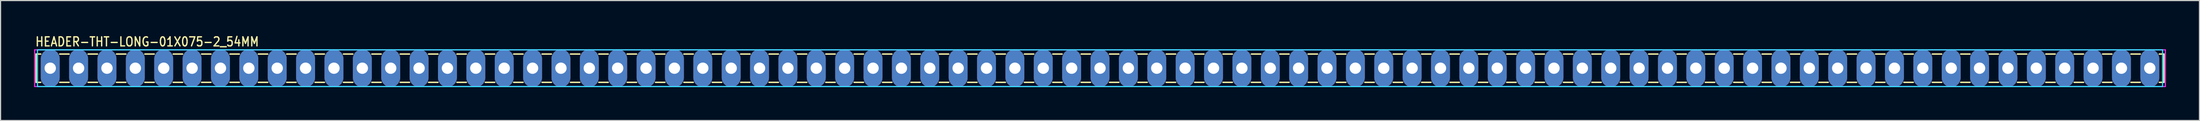
<source format=kicad_pcb>
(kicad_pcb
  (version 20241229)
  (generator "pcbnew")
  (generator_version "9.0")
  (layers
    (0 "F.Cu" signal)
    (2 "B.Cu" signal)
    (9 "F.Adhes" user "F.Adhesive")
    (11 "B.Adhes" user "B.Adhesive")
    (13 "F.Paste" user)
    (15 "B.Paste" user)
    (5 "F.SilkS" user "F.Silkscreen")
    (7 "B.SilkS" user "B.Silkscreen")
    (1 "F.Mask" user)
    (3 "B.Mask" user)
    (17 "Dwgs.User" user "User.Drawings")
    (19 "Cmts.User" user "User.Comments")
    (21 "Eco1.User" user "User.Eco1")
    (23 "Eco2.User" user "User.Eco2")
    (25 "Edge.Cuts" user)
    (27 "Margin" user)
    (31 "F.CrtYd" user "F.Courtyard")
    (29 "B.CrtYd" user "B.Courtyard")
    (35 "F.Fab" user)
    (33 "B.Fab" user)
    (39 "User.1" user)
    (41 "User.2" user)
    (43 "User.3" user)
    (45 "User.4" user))
  (footprint "HEADER-THT-LONG-01X075-2_54MM"
    (layer "F.Cu")
    (at 1.447 3.079)
    (property "Reference" "HEADER-THT-LONG-01X075-2_54MM" (at -1.4 -1.9 0) (unlocked yes) (layer "F.SilkS") (effects (font (size 0.813 0.695) (thickness 0.122)) (justify left bottom)))
    (fp_line (start -1.27 -1.27) (end -1.27 1.27) (stroke (width 0.127) (type solid)) (layer "F.SilkS"))
    (fp_line (start -1.27 1.27) (end -0.85 1.27) (stroke (width 0.127) (type solid)) (layer "F.SilkS"))
    (fp_line (start -0.85 -1.27) (end -1.27 -1.27) (stroke (width 0.127) (type solid)) (layer "F.SilkS"))
    (fp_line (start 0.85 -1.27) (end 1.69 -1.27) (stroke (width 0.127) (type solid)) (layer "F.SilkS"))
    (fp_line (start 0.85 1.27) (end 1.69 1.27) (stroke (width 0.127) (type solid)) (layer "F.SilkS"))
    (fp_line (start 3.39 -1.27) (end 4.23 -1.27) (stroke (width 0.127) (type solid)) (layer "F.SilkS"))
    (fp_line (start 3.39 1.27) (end 4.23 1.27) (stroke (width 0.127) (type solid)) (layer "F.SilkS"))
    (fp_line (start 5.93 -1.27) (end 6.77 -1.27) (stroke (width 0.127) (type solid)) (layer "F.SilkS"))
    (fp_line (start 5.93 1.27) (end 6.77 1.27) (stroke (width 0.127) (type solid)) (layer "F.SilkS"))
    (fp_line (start 8.47 -1.27) (end 9.31 -1.27) (stroke (width 0.127) (type solid)) (layer "F.SilkS"))
    (fp_line (start 8.47 1.27) (end 9.31 1.27) (stroke (width 0.127) (type solid)) (layer "F.SilkS"))
    (fp_line (start 11.01 -1.27) (end 11.85 -1.27) (stroke (width 0.127) (type solid)) (layer "F.SilkS"))
    (fp_line (start 11.01 1.27) (end 11.85 1.27) (stroke (width 0.127) (type solid)) (layer "F.SilkS"))
    (fp_line (start 13.55 -1.27) (end 14.39 -1.27) (stroke (width 0.127) (type solid)) (layer "F.SilkS"))
    (fp_line (start 13.55 1.27) (end 14.39 1.27) (stroke (width 0.127) (type solid)) (layer "F.SilkS"))
    (fp_line (start 16.09 -1.27) (end 16.93 -1.27) (stroke (width 0.127) (type solid)) (layer "F.SilkS"))
    (fp_line (start 16.09 1.27) (end 16.93 1.27) (stroke (width 0.127) (type solid)) (layer "F.SilkS"))
    (fp_line (start 18.63 -1.27) (end 19.47 -1.27) (stroke (width 0.127) (type solid)) (layer "F.SilkS"))
    (fp_line (start 18.63 1.27) (end 19.47 1.27) (stroke (width 0.127) (type solid)) (layer "F.SilkS"))
    (fp_line (start 21.17 -1.27) (end 22.01 -1.27) (stroke (width 0.127) (type solid)) (layer "F.SilkS"))
    (fp_line (start 21.17 1.27) (end 22.01 1.27) (stroke (width 0.127) (type solid)) (layer "F.SilkS"))
    (fp_line (start 23.71 -1.27) (end 24.55 -1.27) (stroke (width 0.127) (type solid)) (layer "F.SilkS"))
    (fp_line (start 23.71 1.27) (end 24.55 1.27) (stroke (width 0.127) (type solid)) (layer "F.SilkS"))
    (fp_line (start 26.25 -1.27) (end 27.09 -1.27) (stroke (width 0.127) (type solid)) (layer "F.SilkS"))
    (fp_line (start 26.25 1.27) (end 27.09 1.27) (stroke (width 0.127) (type solid)) (layer "F.SilkS"))
    (fp_line (start 28.79 -1.27) (end 29.63 -1.27) (stroke (width 0.127) (type solid)) (layer "F.SilkS"))
    (fp_line (start 28.79 1.27) (end 29.63 1.27) (stroke (width 0.127) (type solid)) (layer "F.SilkS"))
    (fp_line (start 31.33 -1.27) (end 32.17 -1.27) (stroke (width 0.127) (type solid)) (layer "F.SilkS"))
    (fp_line (start 31.33 1.27) (end 32.17 1.27) (stroke (width 0.127) (type solid)) (layer "F.SilkS"))
    (fp_line (start 33.87 -1.27) (end 34.71 -1.27) (stroke (width 0.127) (type solid)) (layer "F.SilkS"))
    (fp_line (start 33.87 1.27) (end 34.71 1.27) (stroke (width 0.127) (type solid)) (layer "F.SilkS"))
    (fp_line (start 36.41 -1.27) (end 37.25 -1.27) (stroke (width 0.127) (type solid)) (layer "F.SilkS"))
    (fp_line (start 36.41 1.27) (end 37.25 1.27) (stroke (width 0.127) (type solid)) (layer "F.SilkS"))
    (fp_line (start 38.95 -1.27) (end 39.79 -1.27) (stroke (width 0.127) (type solid)) (layer "F.SilkS"))
    (fp_line (start 38.95 1.27) (end 39.79 1.27) (stroke (width 0.127) (type solid)) (layer "F.SilkS"))
    (fp_line (start 41.49 -1.27) (end 42.33 -1.27) (stroke (width 0.127) (type solid)) (layer "F.SilkS"))
    (fp_line (start 41.49 1.27) (end 42.33 1.27) (stroke (width 0.127) (type solid)) (layer "F.SilkS"))
    (fp_line (start 44.03 -1.27) (end 44.87 -1.27) (stroke (width 0.127) (type solid)) (layer "F.SilkS"))
    (fp_line (start 44.03 1.27) (end 44.87 1.27) (stroke (width 0.127) (type solid)) (layer "F.SilkS"))
    (fp_line (start 46.57 -1.27) (end 47.41 -1.27) (stroke (width 0.127) (type solid)) (layer "F.SilkS"))
    (fp_line (start 46.57 1.27) (end 47.41 1.27) (stroke (width 0.127) (type solid)) (layer "F.SilkS"))
    (fp_line (start 49.11 -1.27) (end 49.95 -1.27) (stroke (width 0.127) (type solid)) (layer "F.SilkS"))
    (fp_line (start 49.11 1.27) (end 49.95 1.27) (stroke (width 0.127) (type solid)) (layer "F.SilkS"))
    (fp_line (start 51.65 -1.27) (end 52.49 -1.27) (stroke (width 0.127) (type solid)) (layer "F.SilkS"))
    (fp_line (start 51.65 1.27) (end 52.49 1.27) (stroke (width 0.127) (type solid)) (layer "F.SilkS"))
    (fp_line (start 54.19 -1.27) (end 55.03 -1.27) (stroke (width 0.127) (type solid)) (layer "F.SilkS"))
    (fp_line (start 54.19 1.27) (end 55.03 1.27) (stroke (width 0.127) (type solid)) (layer "F.SilkS"))
    (fp_line (start 56.73 -1.27) (end 57.57 -1.27) (stroke (width 0.127) (type solid)) (layer "F.SilkS"))
    (fp_line (start 56.73 1.27) (end 57.57 1.27) (stroke (width 0.127) (type solid)) (layer "F.SilkS"))
    (fp_line (start 59.27 -1.27) (end 60.11 -1.27) (stroke (width 0.127) (type solid)) (layer "F.SilkS"))
    (fp_line (start 59.27 1.27) (end 60.11 1.27) (stroke (width 0.127) (type solid)) (layer "F.SilkS"))
    (fp_line (start 61.81 -1.27) (end 62.65 -1.27) (stroke (width 0.127) (type solid)) (layer "F.SilkS"))
    (fp_line (start 61.81 1.27) (end 62.65 1.27) (stroke (width 0.127) (type solid)) (layer "F.SilkS"))
    (fp_line (start 64.35 -1.27) (end 65.19 -1.27) (stroke (width 0.127) (type solid)) (layer "F.SilkS"))
    (fp_line (start 64.35 1.27) (end 65.19 1.27) (stroke (width 0.127) (type solid)) (layer "F.SilkS"))
    (fp_line (start 66.89 -1.27) (end 67.73 -1.27) (stroke (width 0.127) (type solid)) (layer "F.SilkS"))
    (fp_line (start 66.89 1.27) (end 67.73 1.27) (stroke (width 0.127) (type solid)) (layer "F.SilkS"))
    (fp_line (start 69.43 -1.27) (end 70.27 -1.27) (stroke (width 0.127) (type solid)) (layer "F.SilkS"))
    (fp_line (start 69.43 1.27) (end 70.27 1.27) (stroke (width 0.127) (type solid)) (layer "F.SilkS"))
    (fp_line (start 71.97 -1.27) (end 72.81 -1.27) (stroke (width 0.127) (type solid)) (layer "F.SilkS"))
    (fp_line (start 71.97 1.27) (end 72.81 1.27) (stroke (width 0.127) (type solid)) (layer "F.SilkS"))
    (fp_line (start 74.51 -1.27) (end 75.35 -1.27) (stroke (width 0.127) (type solid)) (layer "F.SilkS"))
    (fp_line (start 74.51 1.27) (end 75.35 1.27) (stroke (width 0.127) (type solid)) (layer "F.SilkS"))
    (fp_line (start 77.05 -1.27) (end 77.89 -1.27) (stroke (width 0.127) (type solid)) (layer "F.SilkS"))
    (fp_line (start 77.05 1.27) (end 77.89 1.27) (stroke (width 0.127) (type solid)) (layer "F.SilkS"))
    (fp_line (start 79.59 -1.27) (end 80.43 -1.27) (stroke (width 0.127) (type solid)) (layer "F.SilkS"))
    (fp_line (start 79.59 1.27) (end 80.43 1.27) (stroke (width 0.127) (type solid)) (layer "F.SilkS"))
    (fp_line (start 82.13 -1.27) (end 82.97 -1.27) (stroke (width 0.127) (type solid)) (layer "F.SilkS"))
    (fp_line (start 82.13 1.27) (end 82.97 1.27) (stroke (width 0.127) (type solid)) (layer "F.SilkS"))
    (fp_line (start 84.67 -1.27) (end 85.51 -1.27) (stroke (width 0.127) (type solid)) (layer "F.SilkS"))
    (fp_line (start 84.67 1.27) (end 85.51 1.27) (stroke (width 0.127) (type solid)) (layer "F.SilkS"))
    (fp_line (start 87.21 -1.27) (end 88.05 -1.27) (stroke (width 0.127) (type solid)) (layer "F.SilkS"))
    (fp_line (start 87.21 1.27) (end 88.05 1.27) (stroke (width 0.127) (type solid)) (layer "F.SilkS"))
    (fp_line (start 89.75 -1.27) (end 90.59 -1.27) (stroke (width 0.127) (type solid)) (layer "F.SilkS"))
    (fp_line (start 89.75 1.27) (end 90.59 1.27) (stroke (width 0.127) (type solid)) (layer "F.SilkS"))
    (fp_line (start 92.29 -1.27) (end 93.13 -1.27) (stroke (width 0.127) (type solid)) (layer "F.SilkS"))
    (fp_line (start 92.29 1.27) (end 93.13 1.27) (stroke (width 0.127) (type solid)) (layer "F.SilkS"))
    (fp_line (start 94.83 -1.27) (end 95.67 -1.27) (stroke (width 0.127) (type solid)) (layer "F.SilkS"))
    (fp_line (start 94.83 1.27) (end 95.67 1.27) (stroke (width 0.127) (type solid)) (layer "F.SilkS"))
    (fp_line (start 97.37 -1.27) (end 98.21 -1.27) (stroke (width 0.127) (type solid)) (layer "F.SilkS"))
    (fp_line (start 97.37 1.27) (end 98.21 1.27) (stroke (width 0.127) (type solid)) (layer "F.SilkS"))
    (fp_line (start 99.91 -1.27) (end 100.75 -1.27) (stroke (width 0.127) (type solid)) (layer "F.SilkS"))
    (fp_line (start 99.91 1.27) (end 100.75 1.27) (stroke (width 0.127) (type solid)) (layer "F.SilkS"))
    (fp_line (start 102.45 -1.27) (end 103.29 -1.27) (stroke (width 0.127) (type solid)) (layer "F.SilkS"))
    (fp_line (start 102.45 1.27) (end 103.29 1.27) (stroke (width 0.127) (type solid)) (layer "F.SilkS"))
    (fp_line (start 104.99 -1.27) (end 105.83 -1.27) (stroke (width 0.127) (type solid)) (layer "F.SilkS"))
    (fp_line (start 104.99 1.27) (end 105.83 1.27) (stroke (width 0.127) (type solid)) (layer "F.SilkS"))
    (fp_line (start 107.53 -1.27) (end 108.37 -1.27) (stroke (width 0.127) (type solid)) (layer "F.SilkS"))
    (fp_line (start 107.53 1.27) (end 108.37 1.27) (stroke (width 0.127) (type solid)) (layer "F.SilkS"))
    (fp_line (start 110.07 -1.27) (end 110.91 -1.27) (stroke (width 0.127) (type solid)) (layer "F.SilkS"))
    (fp_line (start 110.07 1.27) (end 110.91 1.27) (stroke (width 0.127) (type solid)) (layer "F.SilkS"))
    (fp_line (start 112.61 -1.27) (end 113.45 -1.27) (stroke (width 0.127) (type solid)) (layer "F.SilkS"))
    (fp_line (start 112.61 1.27) (end 113.45 1.27) (stroke (width 0.127) (type solid)) (layer "F.SilkS"))
    (fp_line (start 115.15 -1.27) (end 115.99 -1.27) (stroke (width 0.127) (type solid)) (layer "F.SilkS"))
    (fp_line (start 115.15 1.27) (end 115.99 1.27) (stroke (width 0.127) (type solid)) (layer "F.SilkS"))
    (fp_line (start 117.69 -1.27) (end 118.53 -1.27) (stroke (width 0.127) (type solid)) (layer "F.SilkS"))
    (fp_line (start 117.69 1.27) (end 118.53 1.27) (stroke (width 0.127) (type solid)) (layer "F.SilkS"))
    (fp_line (start 120.23 -1.27) (end 121.07 -1.27) (stroke (width 0.127) (type solid)) (layer "F.SilkS"))
    (fp_line (start 120.23 1.27) (end 121.07 1.27) (stroke (width 0.127) (type solid)) (layer "F.SilkS"))
    (fp_line (start 122.77 -1.27) (end 123.61 -1.27) (stroke (width 0.127) (type solid)) (layer "F.SilkS"))
    (fp_line (start 122.77 1.27) (end 123.61 1.27) (stroke (width 0.127) (type solid)) (layer "F.SilkS"))
    (fp_line (start 125.31 -1.27) (end 126.15 -1.27) (stroke (width 0.127) (type solid)) (layer "F.SilkS"))
    (fp_line (start 125.31 1.27) (end 126.15 1.27) (stroke (width 0.127) (type solid)) (layer "F.SilkS"))
    (fp_line (start 127.85 -1.27) (end 128.69 -1.27) (stroke (width 0.127) (type solid)) (layer "F.SilkS"))
    (fp_line (start 127.85 1.27) (end 128.69 1.27) (stroke (width 0.127) (type solid)) (layer "F.SilkS"))
    (fp_line (start 130.39 -1.27) (end 131.23 -1.27) (stroke (width 0.127) (type solid)) (layer "F.SilkS"))
    (fp_line (start 130.39 1.27) (end 131.23 1.27) (stroke (width 0.127) (type solid)) (layer "F.SilkS"))
    (fp_line (start 132.93 -1.27) (end 133.77 -1.27) (stroke (width 0.127) (type solid)) (layer "F.SilkS"))
    (fp_line (start 132.93 1.27) (end 133.77 1.27) (stroke (width 0.127) (type solid)) (layer "F.SilkS"))
    (fp_line (start 135.47 -1.27) (end 136.31 -1.27) (stroke (width 0.127) (type solid)) (layer "F.SilkS"))
    (fp_line (start 135.47 1.27) (end 136.31 1.27) (stroke (width 0.127) (type solid)) (layer "F.SilkS"))
    (fp_line (start 138.01 -1.27) (end 138.85 -1.27) (stroke (width 0.127) (type solid)) (layer "F.SilkS"))
    (fp_line (start 138.01 1.27) (end 138.85 1.27) (stroke (width 0.127) (type solid)) (layer "F.SilkS"))
    (fp_line (start 140.55 -1.27) (end 141.39 -1.27) (stroke (width 0.127) (type solid)) (layer "F.SilkS"))
    (fp_line (start 140.55 1.27) (end 141.39 1.27) (stroke (width 0.127) (type solid)) (layer "F.SilkS"))
    (fp_line (start 143.09 -1.27) (end 143.93 -1.27) (stroke (width 0.127) (type solid)) (layer "F.SilkS"))
    (fp_line (start 143.09 1.27) (end 143.93 1.27) (stroke (width 0.127) (type solid)) (layer "F.SilkS"))
    (fp_line (start 145.63 -1.27) (end 146.47 -1.27) (stroke (width 0.127) (type solid)) (layer "F.SilkS"))
    (fp_line (start 145.63 1.27) (end 146.47 1.27) (stroke (width 0.127) (type solid)) (layer "F.SilkS"))
    (fp_line (start 148.17 -1.27) (end 149.01 -1.27) (stroke (width 0.127) (type solid)) (layer "F.SilkS"))
    (fp_line (start 148.17 1.27) (end 149.01 1.27) (stroke (width 0.127) (type solid)) (layer "F.SilkS"))
    (fp_line (start 150.71 -1.27) (end 151.55 -1.27) (stroke (width 0.127) (type solid)) (layer "F.SilkS"))
    (fp_line (start 150.71 1.27) (end 151.55 1.27) (stroke (width 0.127) (type solid)) (layer "F.SilkS"))
    (fp_line (start 153.25 -1.27) (end 154.09 -1.27) (stroke (width 0.127) (type solid)) (layer "F.SilkS"))
    (fp_line (start 153.25 1.27) (end 154.09 1.27) (stroke (width 0.127) (type solid)) (layer "F.SilkS"))
    (fp_line (start 155.79 -1.27) (end 156.63 -1.27) (stroke (width 0.127) (type solid)) (layer "F.SilkS"))
    (fp_line (start 155.79 1.27) (end 156.63 1.27) (stroke (width 0.127) (type solid)) (layer "F.SilkS"))
    (fp_line (start 158.33 -1.27) (end 159.17 -1.27) (stroke (width 0.127) (type solid)) (layer "F.SilkS"))
    (fp_line (start 158.33 1.27) (end 159.17 1.27) (stroke (width 0.127) (type solid)) (layer "F.SilkS"))
    (fp_line (start 160.87 -1.27) (end 161.71 -1.27) (stroke (width 0.127) (type solid)) (layer "F.SilkS"))
    (fp_line (start 160.87 1.27) (end 161.71 1.27) (stroke (width 0.127) (type solid)) (layer "F.SilkS"))
    (fp_line (start 163.41 -1.27) (end 164.25 -1.27) (stroke (width 0.127) (type solid)) (layer "F.SilkS"))
    (fp_line (start 163.41 1.27) (end 164.25 1.27) (stroke (width 0.127) (type solid)) (layer "F.SilkS"))
    (fp_line (start 165.95 -1.27) (end 166.79 -1.27) (stroke (width 0.127) (type solid)) (layer "F.SilkS"))
    (fp_line (start 165.95 1.27) (end 166.79 1.27) (stroke (width 0.127) (type solid)) (layer "F.SilkS"))
    (fp_line (start 168.49 -1.27) (end 169.33 -1.27) (stroke (width 0.127) (type solid)) (layer "F.SilkS"))
    (fp_line (start 168.49 1.27) (end 169.33 1.27) (stroke (width 0.127) (type solid)) (layer "F.SilkS"))
    (fp_line (start 171.03 -1.27) (end 171.87 -1.27) (stroke (width 0.127) (type solid)) (layer "F.SilkS"))
    (fp_line (start 171.03 1.27) (end 171.87 1.27) (stroke (width 0.127) (type solid)) (layer "F.SilkS"))
    (fp_line (start 173.57 -1.27) (end 174.41 -1.27) (stroke (width 0.127) (type solid)) (layer "F.SilkS"))
    (fp_line (start 173.57 1.27) (end 174.41 1.27) (stroke (width 0.127) (type solid)) (layer "F.SilkS"))
    (fp_line (start 176.11 -1.27) (end 176.95 -1.27) (stroke (width 0.127) (type solid)) (layer "F.SilkS"))
    (fp_line (start 176.11 1.27) (end 176.95 1.27) (stroke (width 0.127) (type solid)) (layer "F.SilkS"))
    (fp_line (start 178.65 -1.27) (end 179.49 -1.27) (stroke (width 0.127) (type solid)) (layer "F.SilkS"))
    (fp_line (start 178.65 1.27) (end 179.49 1.27) (stroke (width 0.127) (type solid)) (layer "F.SilkS"))
    (fp_line (start 181.19 -1.27) (end 182.03 -1.27) (stroke (width 0.127) (type solid)) (layer "F.SilkS"))
    (fp_line (start 181.19 1.27) (end 182.03 1.27) (stroke (width 0.127) (type solid)) (layer "F.SilkS"))
    (fp_line (start 183.73 -1.27) (end 184.57 -1.27) (stroke (width 0.127) (type solid)) (layer "F.SilkS"))
    (fp_line (start 183.73 1.27) (end 184.57 1.27) (stroke (width 0.127) (type solid)) (layer "F.SilkS"))
    (fp_line (start 186.27 -1.27) (end 187.11 -1.27) (stroke (width 0.127) (type solid)) (layer "F.SilkS"))
    (fp_line (start 186.27 1.27) (end 187.11 1.27) (stroke (width 0.127) (type solid)) (layer "F.SilkS"))
    (fp_line (start 188.81 -1.27) (end 189.23 -1.27) (stroke (width 0.127) (type solid)) (layer "F.SilkS"))
    (fp_line (start 189.23 -1.27) (end 189.23 1.27) (stroke (width 0.127) (type solid)) (layer "F.SilkS"))
    (fp_line (start 189.23 1.27) (end 188.81 1.27) (stroke (width 0.127) (type solid)) (layer "F.SilkS"))
    (fp_poly (pts (xy -1.143 -1.651) (xy 189.103 -1.651) (xy 189.103 1.651) (xy -1.143 1.651)) (stroke (width 0.1) (type solid)) (fill no) (layer "B.CrtYd"))
    (fp_poly (pts (xy -1.397 -1.651) (xy 189.357 -1.651) (xy 189.357 1.651) (xy -1.397 1.651)) (stroke (width 0.1) (type solid)) (fill no) (layer "F.CrtYd"))
    (pad "1" thru_hole oval (at 0 0 90) (size 3.387 1.693) (drill 1.016) (layers "*.Cu" "*.Mask"))
    (pad "2" thru_hole oval (at 2.54 0 90) (size 3.387 1.693) (drill 1.016) (layers "*.Cu" "*.Mask"))
    (pad "3" thru_hole oval (at 5.08 0 90) (size 3.387 1.693) (drill 1.016) (layers "*.Cu" "*.Mask"))
    (pad "4" thru_hole oval (at 7.62 0 90) (size 3.387 1.693) (drill 1.016) (layers "*.Cu" "*.Mask"))
    (pad "5" thru_hole oval (at 10.16 0 90) (size 3.387 1.693) (drill 1.016) (layers "*.Cu" "*.Mask"))
    (pad "6" thru_hole oval (at 12.7 0 90) (size 3.387 1.693) (drill 1.016) (layers "*.Cu" "*.Mask"))
    (pad "7" thru_hole oval (at 15.24 0 90) (size 3.387 1.693) (drill 1.016) (layers "*.Cu" "*.Mask"))
    (pad "8" thru_hole oval (at 17.78 0 90) (size 3.387 1.693) (drill 1.016) (layers "*.Cu" "*.Mask"))
    (pad "9" thru_hole oval (at 20.32 0 90) (size 3.387 1.693) (drill 1.016) (layers "*.Cu" "*.Mask"))
    (pad "10" thru_hole oval (at 22.86 0 90) (size 3.387 1.693) (drill 1.016) (layers "*.Cu" "*.Mask"))
    (pad "11" thru_hole oval (at 25.4 0 90) (size 3.387 1.693) (drill 1.016) (layers "*.Cu" "*.Mask"))
    (pad "12" thru_hole oval (at 27.94 0 90) (size 3.387 1.693) (drill 1.016) (layers "*.Cu" "*.Mask"))
    (pad "13" thru_hole oval (at 30.48 0 90) (size 3.387 1.693) (drill 1.016) (layers "*.Cu" "*.Mask"))
    (pad "14" thru_hole oval (at 33.02 0 90) (size 3.387 1.693) (drill 1.016) (layers "*.Cu" "*.Mask"))
    (pad "15" thru_hole oval (at 35.56 0 90) (size 3.387 1.693) (drill 1.016) (layers "*.Cu" "*.Mask"))
    (pad "16" thru_hole oval (at 38.1 0 90) (size 3.387 1.693) (drill 1.016) (layers "*.Cu" "*.Mask"))
    (pad "17" thru_hole oval (at 40.64 0 90) (size 3.387 1.693) (drill 1.016) (layers "*.Cu" "*.Mask"))
    (pad "18" thru_hole oval (at 43.18 0 90) (size 3.387 1.693) (drill 1.016) (layers "*.Cu" "*.Mask"))
    (pad "19" thru_hole oval (at 45.72 0 90) (size 3.387 1.693) (drill 1.016) (layers "*.Cu" "*.Mask"))
    (pad "20" thru_hole oval (at 48.26 0 90) (size 3.387 1.693) (drill 1.016) (layers "*.Cu" "*.Mask"))
    (pad "21" thru_hole oval (at 50.8 0 90) (size 3.387 1.693) (drill 1.016) (layers "*.Cu" "*.Mask"))
    (pad "22" thru_hole oval (at 53.34 0 90) (size 3.387 1.693) (drill 1.016) (layers "*.Cu" "*.Mask"))
    (pad "23" thru_hole oval (at 55.88 0 90) (size 3.387 1.693) (drill 1.016) (layers "*.Cu" "*.Mask"))
    (pad "24" thru_hole oval (at 58.42 0 90) (size 3.387 1.693) (drill 1.016) (layers "*.Cu" "*.Mask"))
    (pad "25" thru_hole oval (at 60.96 0 90) (size 3.387 1.693) (drill 1.016) (layers "*.Cu" "*.Mask"))
    (pad "26" thru_hole oval (at 63.5 0 90) (size 3.387 1.693) (drill 1.016) (layers "*.Cu" "*.Mask"))
    (pad "27" thru_hole oval (at 66.04 0 90) (size 3.387 1.693) (drill 1.016) (layers "*.Cu" "*.Mask"))
    (pad "28" thru_hole oval (at 68.58 0 90) (size 3.387 1.693) (drill 1.016) (layers "*.Cu" "*.Mask"))
    (pad "29" thru_hole oval (at 71.12 0 90) (size 3.387 1.693) (drill 1.016) (layers "*.Cu" "*.Mask"))
    (pad "30" thru_hole oval (at 73.66 0 90) (size 3.387 1.693) (drill 1.016) (layers "*.Cu" "*.Mask"))
    (pad "31" thru_hole oval (at 76.2 0 90) (size 3.387 1.693) (drill 1.016) (layers "*.Cu" "*.Mask"))
    (pad "32" thru_hole oval (at 78.74 0 90) (size 3.387 1.693) (drill 1.016) (layers "*.Cu" "*.Mask"))
    (pad "33" thru_hole oval (at 81.28 0 90) (size 3.387 1.693) (drill 1.016) (layers "*.Cu" "*.Mask"))
    (pad "34" thru_hole oval (at 83.82 0 90) (size 3.387 1.693) (drill 1.016) (layers "*.Cu" "*.Mask"))
    (pad "35" thru_hole oval (at 86.36 0 90) (size 3.387 1.693) (drill 1.016) (layers "*.Cu" "*.Mask"))
    (pad "36" thru_hole oval (at 88.9 0 90) (size 3.387 1.693) (drill 1.016) (layers "*.Cu" "*.Mask"))
    (pad "37" thru_hole oval (at 91.44 0 90) (size 3.387 1.693) (drill 1.016) (layers "*.Cu" "*.Mask"))
    (pad "38" thru_hole oval (at 93.98 0 90) (size 3.387 1.693) (drill 1.016) (layers "*.Cu" "*.Mask"))
    (pad "39" thru_hole oval (at 96.52 0 90) (size 3.387 1.693) (drill 1.016) (layers "*.Cu" "*.Mask"))
    (pad "40" thru_hole oval (at 99.06 0 90) (size 3.387 1.693) (drill 1.016) (layers "*.Cu" "*.Mask"))
    (pad "41" thru_hole oval (at 101.6 0 90) (size 3.387 1.693) (drill 1.016) (layers "*.Cu" "*.Mask"))
    (pad "42" thru_hole oval (at 104.14 0 90) (size 3.387 1.693) (drill 1.016) (layers "*.Cu" "*.Mask"))
    (pad "43" thru_hole oval (at 106.68 0 90) (size 3.387 1.693) (drill 1.016) (layers "*.Cu" "*.Mask"))
    (pad "44" thru_hole oval (at 109.22 0 90) (size 3.387 1.693) (drill 1.016) (layers "*.Cu" "*.Mask"))
    (pad "45" thru_hole oval (at 111.76 0 90) (size 3.387 1.693) (drill 1.016) (layers "*.Cu" "*.Mask"))
    (pad "46" thru_hole oval (at 114.3 0 90) (size 3.387 1.693) (drill 1.016) (layers "*.Cu" "*.Mask"))
    (pad "47" thru_hole oval (at 116.84 0 90) (size 3.387 1.693) (drill 1.016) (layers "*.Cu" "*.Mask"))
    (pad "48" thru_hole oval (at 119.38 0 90) (size 3.387 1.693) (drill 1.016) (layers "*.Cu" "*.Mask"))
    (pad "49" thru_hole oval (at 121.92 0 90) (size 3.387 1.693) (drill 1.016) (layers "*.Cu" "*.Mask"))
    (pad "50" thru_hole oval (at 124.46 0 90) (size 3.387 1.693) (drill 1.016) (layers "*.Cu" "*.Mask"))
    (pad "51" thru_hole oval (at 127 0 90) (size 3.387 1.693) (drill 1.016) (layers "*.Cu" "*.Mask"))
    (pad "52" thru_hole oval (at 129.54 0 90) (size 3.387 1.693) (drill 1.016) (layers "*.Cu" "*.Mask"))
    (pad "53" thru_hole oval (at 132.08 0 90) (size 3.387 1.693) (drill 1.016) (layers "*.Cu" "*.Mask"))
    (pad "54" thru_hole oval (at 134.62 0 90) (size 3.387 1.693) (drill 1.016) (layers "*.Cu" "*.Mask"))
    (pad "55" thru_hole oval (at 137.16 0 90) (size 3.387 1.693) (drill 1.016) (layers "*.Cu" "*.Mask"))
    (pad "56" thru_hole oval (at 139.7 0 90) (size 3.387 1.693) (drill 1.016) (layers "*.Cu" "*.Mask"))
    (pad "57" thru_hole oval (at 142.24 0 90) (size 3.387 1.693) (drill 1.016) (layers "*.Cu" "*.Mask"))
    (pad "58" thru_hole oval (at 144.78 0 90) (size 3.387 1.693) (drill 1.016) (layers "*.Cu" "*.Mask"))
    (pad "59" thru_hole oval (at 147.32 0 90) (size 3.387 1.693) (drill 1.016) (layers "*.Cu" "*.Mask"))
    (pad "60" thru_hole oval (at 149.86 0 90) (size 3.387 1.693) (drill 1.016) (layers "*.Cu" "*.Mask"))
    (pad "61" thru_hole oval (at 152.4 0 90) (size 3.387 1.693) (drill 1.016) (layers "*.Cu" "*.Mask"))
    (pad "62" thru_hole oval (at 154.94 0 90) (size 3.387 1.693) (drill 1.016) (layers "*.Cu" "*.Mask"))
    (pad "63" thru_hole oval (at 157.48 0 90) (size 3.387 1.693) (drill 1.016) (layers "*.Cu" "*.Mask"))
    (pad "64" thru_hole oval (at 160.02 0 90) (size 3.387 1.693) (drill 1.016) (layers "*.Cu" "*.Mask"))
    (pad "65" thru_hole oval (at 162.56 0 90) (size 3.387 1.693) (drill 1.016) (layers "*.Cu" "*.Mask"))
    (pad "66" thru_hole oval (at 165.1 0 90) (size 3.387 1.693) (drill 1.016) (layers "*.Cu" "*.Mask"))
    (pad "67" thru_hole oval (at 167.64 0 90) (size 3.387 1.693) (drill 1.016) (layers "*.Cu" "*.Mask"))
    (pad "68" thru_hole oval (at 170.18 0 90) (size 3.387 1.693) (drill 1.016) (layers "*.Cu" "*.Mask"))
    (pad "69" thru_hole oval (at 172.72 0 90) (size 3.387 1.693) (drill 1.016) (layers "*.Cu" "*.Mask"))
    (pad "70" thru_hole oval (at 175.26 0 90) (size 3.387 1.693) (drill 1.016) (layers "*.Cu" "*.Mask"))
    (pad "71" thru_hole oval (at 177.8 0 90) (size 3.387 1.693) (drill 1.016) (layers "*.Cu" "*.Mask"))
    (pad "72" thru_hole oval (at 180.34 0 90) (size 3.387 1.693) (drill 1.016) (layers "*.Cu" "*.Mask"))
    (pad "73" thru_hole oval (at 182.88 0 90) (size 3.387 1.693) (drill 1.016) (layers "*.Cu" "*.Mask"))
    (pad "74" thru_hole oval (at 185.42 0 90) (size 3.387 1.693) (drill 1.016) (layers "*.Cu" "*.Mask"))
    (pad "75" thru_hole oval (at 187.96 0 90) (size 3.387 1.693) (drill 1.016) (layers "*.Cu" "*.Mask")))
  (gr_rect
    (start -3 -3)
    (end 193.854 7.78)
    (stroke (width 0.1) (type default))
    (fill no)
    (layer "Edge.Cuts")))
</source>
